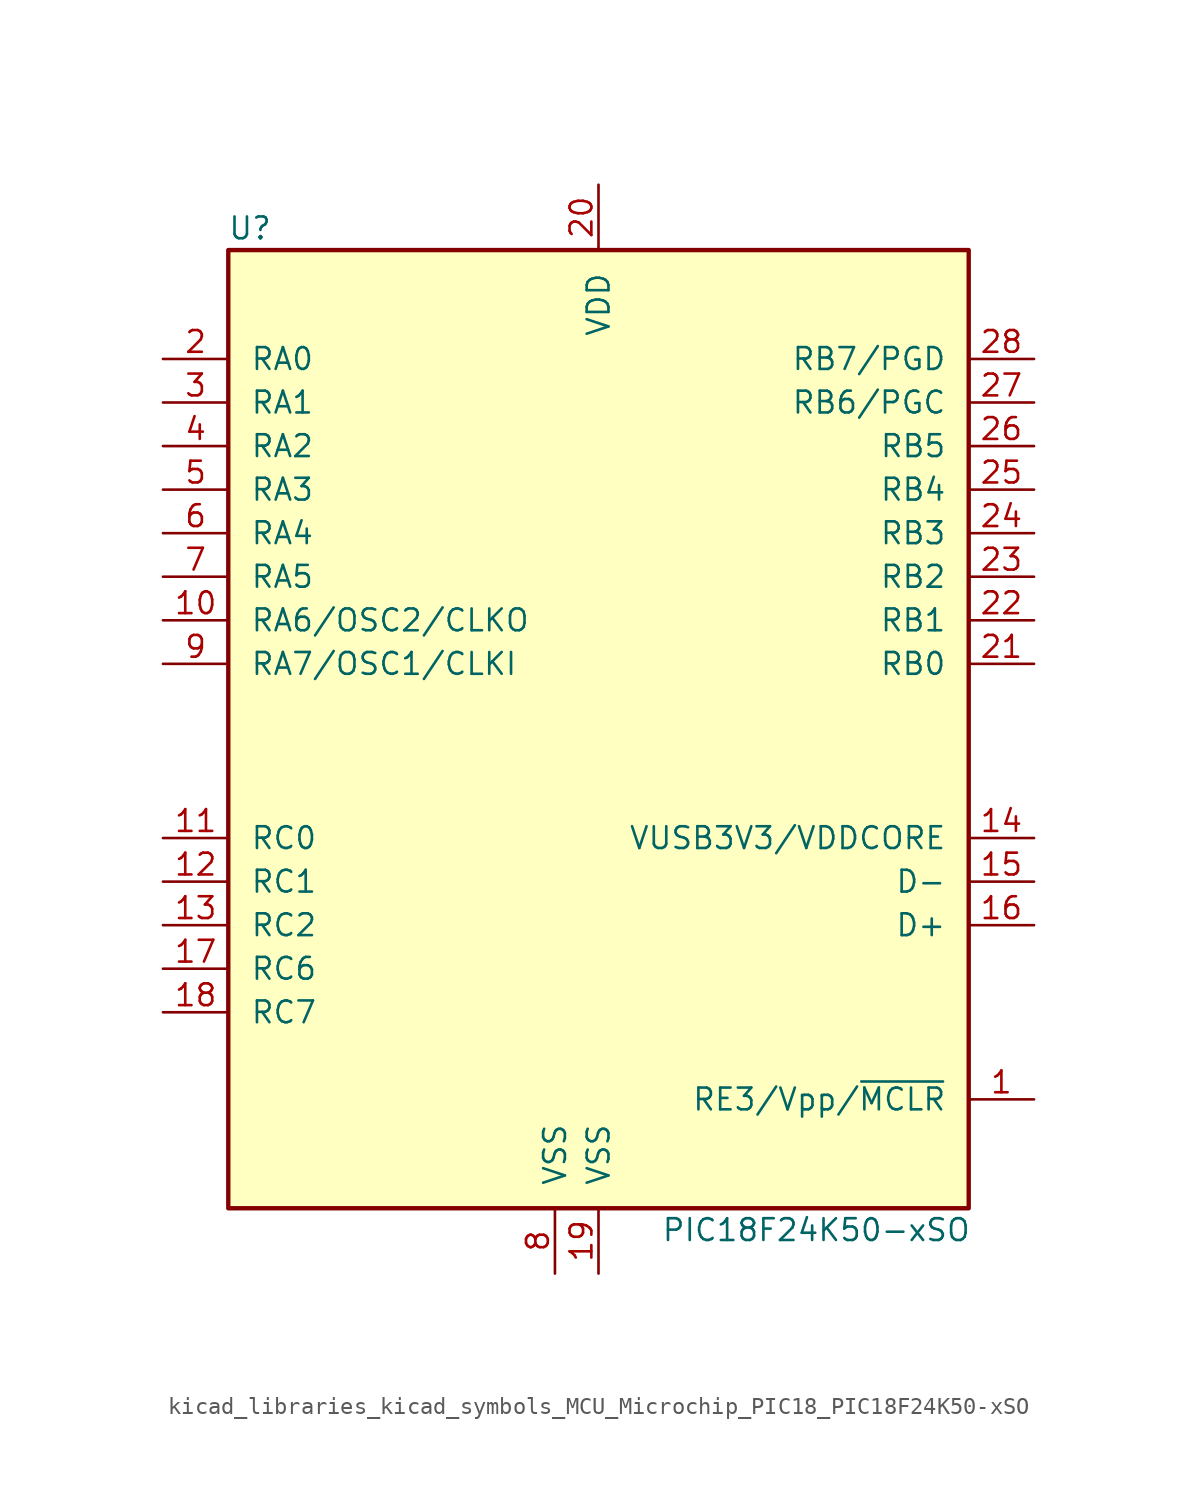
<source format=kicad_sym>
(kicad_symbol_lib
  (version 20220914)
  (generator kicad_symbol_editor)
  (symbol "kicad_libraries_kicad_symbols_MCU_Microchip_PIC18_PIC18F24K50-xSO"
    (pin_names
      (offset 1.27))
    (property "Reference" "U"
      (at -20.32 30.48 0)
      (effects (font (size 1.27 1.27))))
    (property "Value" "PIC18F24K50-xSO"
      (at 12.7 -27.94 0)
      (effects (font (size 1.27 1.27))))
    (symbol "kicad_libraries_kicad_symbols_MCU_Microchip_PIC18_PIC18F24K50-xSO_0_1"
      (rectangle (start -21.59 29.21) (end 21.59 -26.67) (stroke (width 0.254) (type default)) (fill (type background))))
    (symbol "kicad_libraries_kicad_symbols_MCU_Microchip_PIC18_PIC18F24K50-xSO_1_1"
      (pin input line (at 25.4 -20.32 180) (length 3.81) (name "RE3/Vpp/~{MCLR}" (effects (font (size 1.27 1.27)))) (number "1" (effects (font (size 1.27 1.27)))))
      (pin output line (at -25.4 7.62 0) (length 3.81) (name "RA6/OSC2/CLKO" (effects (font (size 1.27 1.27)))) (number "10" (effects (font (size 1.27 1.27)))))
      (pin bidirectional line (at -25.4 -5.08 0) (length 3.81) (name "RC0" (effects (font (size 1.27 1.27)))) (number "11" (effects (font (size 1.27 1.27)))))
      (pin bidirectional line (at -25.4 -7.62 0) (length 3.81) (name "RC1" (effects (font (size 1.27 1.27)))) (number "12" (effects (font (size 1.27 1.27)))))
      (pin bidirectional line (at -25.4 -10.16 0) (length 3.81) (name "RC2" (effects (font (size 1.27 1.27)))) (number "13" (effects (font (size 1.27 1.27)))))
      (pin bidirectional line (at 25.4 -5.08 180) (length 3.81) (name "VUSB3V3/VDDCORE" (effects (font (size 1.27 1.27)))) (number "14" (effects (font (size 1.27 1.27)))))
      (pin bidirectional line (at 25.4 -7.62 180) (length 3.81) (name "D-" (effects (font (size 1.27 1.27)))) (number "15" (effects (font (size 1.27 1.27)))))
      (pin bidirectional line (at 25.4 -10.16 180) (length 3.81) (name "D+" (effects (font (size 1.27 1.27)))) (number "16" (effects (font (size 1.27 1.27)))))
      (pin bidirectional line (at -25.4 -12.7 0) (length 3.81) (name "RC6" (effects (font (size 1.27 1.27)))) (number "17" (effects (font (size 1.27 1.27)))))
      (pin bidirectional line (at -25.4 -15.24 0) (length 3.81) (name "RC7" (effects (font (size 1.27 1.27)))) (number "18" (effects (font (size 1.27 1.27)))))
      (pin power_in line (at 0 -30.48 90) (length 3.81) (name "VSS" (effects (font (size 1.27 1.27)))) (number "19" (effects (font (size 1.27 1.27)))))
      (pin bidirectional line (at -25.4 22.86 0) (length 3.81) (name "RA0" (effects (font (size 1.27 1.27)))) (number "2" (effects (font (size 1.27 1.27)))))
      (pin power_in line (at 0 33.02 270) (length 3.81) (name "VDD" (effects (font (size 1.27 1.27)))) (number "20" (effects (font (size 1.27 1.27)))))
      (pin bidirectional line (at 25.4 5.08 180) (length 3.81) (name "RB0" (effects (font (size 1.27 1.27)))) (number "21" (effects (font (size 1.27 1.27)))))
      (pin bidirectional line (at 25.4 7.62 180) (length 3.81) (name "RB1" (effects (font (size 1.27 1.27)))) (number "22" (effects (font (size 1.27 1.27)))))
      (pin bidirectional line (at 25.4 10.16 180) (length 3.81) (name "RB2" (effects (font (size 1.27 1.27)))) (number "23" (effects (font (size 1.27 1.27)))))
      (pin bidirectional line (at 25.4 12.7 180) (length 3.81) (name "RB3" (effects (font (size 1.27 1.27)))) (number "24" (effects (font (size 1.27 1.27)))))
      (pin bidirectional line (at 25.4 15.24 180) (length 3.81) (name "RB4" (effects (font (size 1.27 1.27)))) (number "25" (effects (font (size 1.27 1.27)))))
      (pin bidirectional line (at 25.4 17.78 180) (length 3.81) (name "RB5" (effects (font (size 1.27 1.27)))) (number "26" (effects (font (size 1.27 1.27)))))
      (pin bidirectional line (at 25.4 20.32 180) (length 3.81) (name "RB6/PGC" (effects (font (size 1.27 1.27)))) (number "27" (effects (font (size 1.27 1.27)))))
      (pin bidirectional line (at 25.4 22.86 180) (length 3.81) (name "RB7/PGD" (effects (font (size 1.27 1.27)))) (number "28" (effects (font (size 1.27 1.27)))))
      (pin bidirectional line (at -25.4 20.32 0) (length 3.81) (name "RA1" (effects (font (size 1.27 1.27)))) (number "3" (effects (font (size 1.27 1.27)))))
      (pin bidirectional line (at -25.4 17.78 0) (length 3.81) (name "RA2" (effects (font (size 1.27 1.27)))) (number "4" (effects (font (size 1.27 1.27)))))
      (pin bidirectional line (at -25.4 15.24 0) (length 3.81) (name "RA3" (effects (font (size 1.27 1.27)))) (number "5" (effects (font (size 1.27 1.27)))))
      (pin bidirectional line (at -25.4 12.7 0) (length 3.81) (name "RA4" (effects (font (size 1.27 1.27)))) (number "6" (effects (font (size 1.27 1.27)))))
      (pin bidirectional line (at -25.4 10.16 0) (length 3.81) (name "RA5" (effects (font (size 1.27 1.27)))) (number "7" (effects (font (size 1.27 1.27)))))
      (pin power_in line (at -2.54 -30.48 90) (length 3.81) (name "VSS" (effects (font (size 1.27 1.27)))) (number "8" (effects (font (size 1.27 1.27)))))
      (pin input line (at -25.4 5.08 0) (length 3.81) (name "RA7/OSC1/CLKI" (effects (font (size 1.27 1.27)))) (number "9" (effects (font (size 1.27 1.27))))))))
</source>
